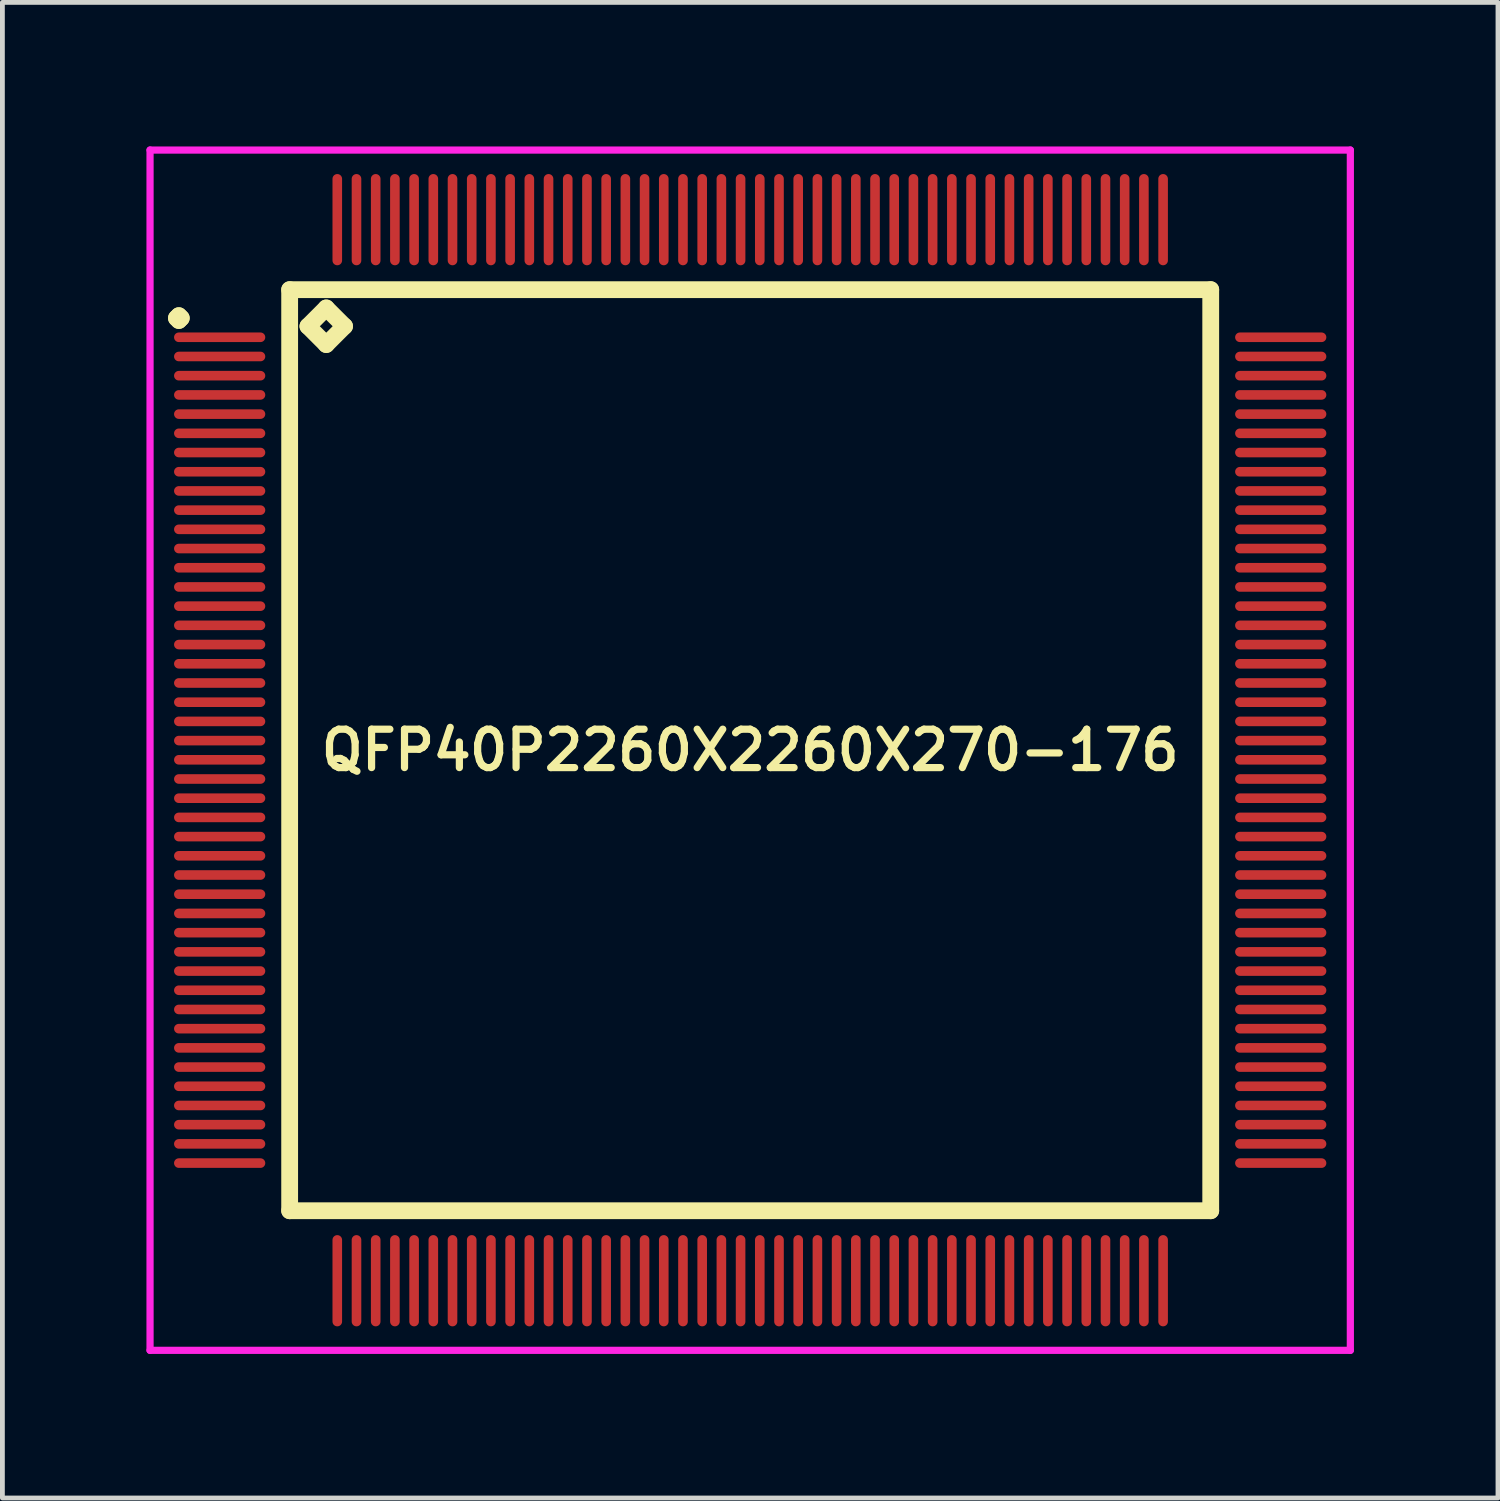
<source format=kicad_pcb>
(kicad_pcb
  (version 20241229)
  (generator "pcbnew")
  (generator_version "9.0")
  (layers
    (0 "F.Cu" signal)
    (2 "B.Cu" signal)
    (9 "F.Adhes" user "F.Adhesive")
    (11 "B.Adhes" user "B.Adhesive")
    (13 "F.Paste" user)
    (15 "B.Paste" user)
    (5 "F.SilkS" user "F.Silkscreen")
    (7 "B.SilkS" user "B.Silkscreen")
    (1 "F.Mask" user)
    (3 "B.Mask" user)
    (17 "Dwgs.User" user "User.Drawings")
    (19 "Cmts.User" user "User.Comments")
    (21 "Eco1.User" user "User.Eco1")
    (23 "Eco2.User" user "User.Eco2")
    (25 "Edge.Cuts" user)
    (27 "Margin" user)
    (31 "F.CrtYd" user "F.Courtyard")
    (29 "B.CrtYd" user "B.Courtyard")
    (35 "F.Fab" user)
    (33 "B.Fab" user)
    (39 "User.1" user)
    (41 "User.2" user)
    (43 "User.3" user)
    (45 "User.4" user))
  (footprint "QFP40P2260X2260X270-176"
    (layer "F.Cu")
    (at 12.575 12.575)
    (property "Reference" "QFP40P2260X2260X270-176" (at 0 0 0) (layer "F.SilkS") (effects (font (size 0.8 0.8) (thickness 0.15))))
    (attr smd)
    (fp_line (start -11.95 -9) (end -11.9 -9.05) (stroke (width 0.35) (type solid)) (layer "F.SilkS"))
    (fp_line (start -11.9 -9.05) (end -11.85 -9) (stroke (width 0.35) (type solid)) (layer "F.SilkS"))
    (fp_line (start -11.9 -8.95) (end -11.95 -9) (stroke (width 0.35) (type solid)) (layer "F.SilkS"))
    (fp_line (start -11.85 -9) (end -11.9 -8.95) (stroke (width 0.35) (type solid)) (layer "F.SilkS"))
    (fp_line (start -9.592 -9.592) (end -9.592 9.592) (stroke (width 0.35) (type solid)) (layer "F.SilkS"))
    (fp_line (start -9.592 9.592) (end 9.592 9.592) (stroke (width 0.35) (type solid)) (layer "F.SilkS"))
    (fp_line (start -9.211 -8.83) (end -8.83 -9.211) (stroke (width 0.35) (type solid)) (layer "F.SilkS"))
    (fp_line (start -8.83 -9.211) (end -8.449 -8.83) (stroke (width 0.35) (type solid)) (layer "F.SilkS"))
    (fp_line (start -8.83 -8.449) (end -9.211 -8.83) (stroke (width 0.35) (type solid)) (layer "F.SilkS"))
    (fp_line (start -8.449 -8.83) (end -8.83 -8.449) (stroke (width 0.35) (type solid)) (layer "F.SilkS"))
    (fp_line (start 9.592 -9.592) (end -9.592 -9.592) (stroke (width 0.35) (type solid)) (layer "F.SilkS"))
    (fp_line (start 9.592 9.592) (end 9.592 -9.592) (stroke (width 0.35) (type solid)) (layer "F.SilkS"))
    (fp_line (start -12.5 -12.5) (end 12.5 -12.5) (stroke (width 0.15) (type solid)) (layer "F.CrtYd"))
    (fp_line (start -12.5 12.5) (end -12.5 -12.5) (stroke (width 0.15) (type solid)) (layer "F.CrtYd"))
    (fp_line (start 12.5 -12.5) (end 12.5 12.5) (stroke (width 0.15) (type solid)) (layer "F.CrtYd"))
    (fp_line (start 12.5 12.5) (end -12.5 12.5) (stroke (width 0.15) (type solid)) (layer "F.CrtYd"))
    (pad "1" smd oval (at -11.05 -8.6) (size 1.9 0.2) (layers "F.Cu" "F.Mask" "F.Paste"))
    (pad "2" smd oval (at -11.05 -8.2) (size 1.9 0.2) (layers "F.Cu" "F.Mask" "F.Paste"))
    (pad "3" smd oval (at -11.05 -7.8) (size 1.9 0.2) (layers "F.Cu" "F.Mask" "F.Paste"))
    (pad "4" smd oval (at -11.05 -7.4) (size 1.9 0.2) (layers "F.Cu" "F.Mask" "F.Paste"))
    (pad "5" smd oval (at -11.05 -7) (size 1.9 0.2) (layers "F.Cu" "F.Mask" "F.Paste"))
    (pad "6" smd oval (at -11.05 -6.6) (size 1.9 0.2) (layers "F.Cu" "F.Mask" "F.Paste"))
    (pad "7" smd oval (at -11.05 -6.2) (size 1.9 0.2) (layers "F.Cu" "F.Mask" "F.Paste"))
    (pad "8" smd oval (at -11.05 -5.8) (size 1.9 0.2) (layers "F.Cu" "F.Mask" "F.Paste"))
    (pad "9" smd oval (at -11.05 -5.4) (size 1.9 0.2) (layers "F.Cu" "F.Mask" "F.Paste"))
    (pad "10" smd oval (at -11.05 -5) (size 1.9 0.2) (layers "F.Cu" "F.Mask" "F.Paste"))
    (pad "11" smd oval (at -11.05 -4.6) (size 1.9 0.2) (layers "F.Cu" "F.Mask" "F.Paste"))
    (pad "12" smd oval (at -11.05 -4.2) (size 1.9 0.2) (layers "F.Cu" "F.Mask" "F.Paste"))
    (pad "13" smd oval (at -11.05 -3.8) (size 1.9 0.2) (layers "F.Cu" "F.Mask" "F.Paste"))
    (pad "14" smd oval (at -11.05 -3.4) (size 1.9 0.2) (layers "F.Cu" "F.Mask" "F.Paste"))
    (pad "15" smd oval (at -11.05 -3) (size 1.9 0.2) (layers "F.Cu" "F.Mask" "F.Paste"))
    (pad "16" smd oval (at -11.05 -2.6) (size 1.9 0.2) (layers "F.Cu" "F.Mask" "F.Paste"))
    (pad "17" smd oval (at -11.05 -2.2) (size 1.9 0.2) (layers "F.Cu" "F.Mask" "F.Paste"))
    (pad "18" smd oval (at -11.05 -1.8) (size 1.9 0.2) (layers "F.Cu" "F.Mask" "F.Paste"))
    (pad "19" smd oval (at -11.05 -1.4) (size 1.9 0.2) (layers "F.Cu" "F.Mask" "F.Paste"))
    (pad "20" smd oval (at -11.05 -1) (size 1.9 0.2) (layers "F.Cu" "F.Mask" "F.Paste"))
    (pad "21" smd oval (at -11.05 -0.6) (size 1.9 0.2) (layers "F.Cu" "F.Mask" "F.Paste"))
    (pad "22" smd oval (at -11.05 -0.2) (size 1.9 0.2) (layers "F.Cu" "F.Mask" "F.Paste"))
    (pad "23" smd oval (at -11.05 0.2) (size 1.9 0.2) (layers "F.Cu" "F.Mask" "F.Paste"))
    (pad "24" smd oval (at -11.05 0.6) (size 1.9 0.2) (layers "F.Cu" "F.Mask" "F.Paste"))
    (pad "25" smd oval (at -11.05 1) (size 1.9 0.2) (layers "F.Cu" "F.Mask" "F.Paste"))
    (pad "26" smd oval (at -11.05 1.4) (size 1.9 0.2) (layers "F.Cu" "F.Mask" "F.Paste"))
    (pad "27" smd oval (at -11.05 1.8) (size 1.9 0.2) (layers "F.Cu" "F.Mask" "F.Paste"))
    (pad "28" smd oval (at -11.05 2.2) (size 1.9 0.2) (layers "F.Cu" "F.Mask" "F.Paste"))
    (pad "29" smd oval (at -11.05 2.6) (size 1.9 0.2) (layers "F.Cu" "F.Mask" "F.Paste"))
    (pad "30" smd oval (at -11.05 3) (size 1.9 0.2) (layers "F.Cu" "F.Mask" "F.Paste"))
    (pad "31" smd oval (at -11.05 3.4) (size 1.9 0.2) (layers "F.Cu" "F.Mask" "F.Paste"))
    (pad "32" smd oval (at -11.05 3.8) (size 1.9 0.2) (layers "F.Cu" "F.Mask" "F.Paste"))
    (pad "33" smd oval (at -11.05 4.2) (size 1.9 0.2) (layers "F.Cu" "F.Mask" "F.Paste"))
    (pad "34" smd oval (at -11.05 4.6) (size 1.9 0.2) (layers "F.Cu" "F.Mask" "F.Paste"))
    (pad "35" smd oval (at -11.05 5) (size 1.9 0.2) (layers "F.Cu" "F.Mask" "F.Paste"))
    (pad "36" smd oval (at -11.05 5.4) (size 1.9 0.2) (layers "F.Cu" "F.Mask" "F.Paste"))
    (pad "37" smd oval (at -11.05 5.8) (size 1.9 0.2) (layers "F.Cu" "F.Mask" "F.Paste"))
    (pad "38" smd oval (at -11.05 6.2) (size 1.9 0.2) (layers "F.Cu" "F.Mask" "F.Paste"))
    (pad "39" smd oval (at -11.05 6.6) (size 1.9 0.2) (layers "F.Cu" "F.Mask" "F.Paste"))
    (pad "40" smd oval (at -11.05 7) (size 1.9 0.2) (layers "F.Cu" "F.Mask" "F.Paste"))
    (pad "41" smd oval (at -11.05 7.4) (size 1.9 0.2) (layers "F.Cu" "F.Mask" "F.Paste"))
    (pad "42" smd oval (at -11.05 7.8) (size 1.9 0.2) (layers "F.Cu" "F.Mask" "F.Paste"))
    (pad "43" smd oval (at -11.05 8.2) (size 1.9 0.2) (layers "F.Cu" "F.Mask" "F.Paste"))
    (pad "44" smd oval (at -11.05 8.6) (size 1.9 0.2) (layers "F.Cu" "F.Mask" "F.Paste"))
    (pad "45" smd oval (at -8.6 11.05) (size 0.2 1.9) (layers "F.Cu" "F.Mask" "F.Paste"))
    (pad "46" smd oval (at -8.2 11.05) (size 0.2 1.9) (layers "F.Cu" "F.Mask" "F.Paste"))
    (pad "47" smd oval (at -7.8 11.05) (size 0.2 1.9) (layers "F.Cu" "F.Mask" "F.Paste"))
    (pad "48" smd oval (at -7.4 11.05) (size 0.2 1.9) (layers "F.Cu" "F.Mask" "F.Paste"))
    (pad "49" smd oval (at -7 11.05) (size 0.2 1.9) (layers "F.Cu" "F.Mask" "F.Paste"))
    (pad "50" smd oval (at -6.6 11.05) (size 0.2 1.9) (layers "F.Cu" "F.Mask" "F.Paste"))
    (pad "51" smd oval (at -6.2 11.05) (size 0.2 1.9) (layers "F.Cu" "F.Mask" "F.Paste"))
    (pad "52" smd oval (at -5.8 11.05) (size 0.2 1.9) (layers "F.Cu" "F.Mask" "F.Paste"))
    (pad "53" smd oval (at -5.4 11.05) (size 0.2 1.9) (layers "F.Cu" "F.Mask" "F.Paste"))
    (pad "54" smd oval (at -5 11.05) (size 0.2 1.9) (layers "F.Cu" "F.Mask" "F.Paste"))
    (pad "55" smd oval (at -4.6 11.05) (size 0.2 1.9) (layers "F.Cu" "F.Mask" "F.Paste"))
    (pad "56" smd oval (at -4.2 11.05) (size 0.2 1.9) (layers "F.Cu" "F.Mask" "F.Paste"))
    (pad "57" smd oval (at -3.8 11.05) (size 0.2 1.9) (layers "F.Cu" "F.Mask" "F.Paste"))
    (pad "58" smd oval (at -3.4 11.05) (size 0.2 1.9) (layers "F.Cu" "F.Mask" "F.Paste"))
    (pad "59" smd oval (at -3 11.05) (size 0.2 1.9) (layers "F.Cu" "F.Mask" "F.Paste"))
    (pad "60" smd oval (at -2.6 11.05) (size 0.2 1.9) (layers "F.Cu" "F.Mask" "F.Paste"))
    (pad "61" smd oval (at -2.2 11.05) (size 0.2 1.9) (layers "F.Cu" "F.Mask" "F.Paste"))
    (pad "62" smd oval (at -1.8 11.05) (size 0.2 1.9) (layers "F.Cu" "F.Mask" "F.Paste"))
    (pad "63" smd oval (at -1.4 11.05) (size 0.2 1.9) (layers "F.Cu" "F.Mask" "F.Paste"))
    (pad "64" smd oval (at -1 11.05) (size 0.2 1.9) (layers "F.Cu" "F.Mask" "F.Paste"))
    (pad "65" smd oval (at -0.6 11.05) (size 0.2 1.9) (layers "F.Cu" "F.Mask" "F.Paste"))
    (pad "66" smd oval (at -0.2 11.05) (size 0.2 1.9) (layers "F.Cu" "F.Mask" "F.Paste"))
    (pad "67" smd oval (at 0.2 11.05) (size 0.2 1.9) (layers "F.Cu" "F.Mask" "F.Paste"))
    (pad "68" smd oval (at 0.6 11.05) (size 0.2 1.9) (layers "F.Cu" "F.Mask" "F.Paste"))
    (pad "69" smd oval (at 1 11.05) (size 0.2 1.9) (layers "F.Cu" "F.Mask" "F.Paste"))
    (pad "70" smd oval (at 1.4 11.05) (size 0.2 1.9) (layers "F.Cu" "F.Mask" "F.Paste"))
    (pad "71" smd oval (at 1.8 11.05) (size 0.2 1.9) (layers "F.Cu" "F.Mask" "F.Paste"))
    (pad "72" smd oval (at 2.2 11.05) (size 0.2 1.9) (layers "F.Cu" "F.Mask" "F.Paste"))
    (pad "73" smd oval (at 2.6 11.05) (size 0.2 1.9) (layers "F.Cu" "F.Mask" "F.Paste"))
    (pad "74" smd oval (at 3 11.05) (size 0.2 1.9) (layers "F.Cu" "F.Mask" "F.Paste"))
    (pad "75" smd oval (at 3.4 11.05) (size 0.2 1.9) (layers "F.Cu" "F.Mask" "F.Paste"))
    (pad "76" smd oval (at 3.8 11.05) (size 0.2 1.9) (layers "F.Cu" "F.Mask" "F.Paste"))
    (pad "77" smd oval (at 4.2 11.05) (size 0.2 1.9) (layers "F.Cu" "F.Mask" "F.Paste"))
    (pad "78" smd oval (at 4.6 11.05) (size 0.2 1.9) (layers "F.Cu" "F.Mask" "F.Paste"))
    (pad "79" smd oval (at 5 11.05) (size 0.2 1.9) (layers "F.Cu" "F.Mask" "F.Paste"))
    (pad "80" smd oval (at 5.4 11.05) (size 0.2 1.9) (layers "F.Cu" "F.Mask" "F.Paste"))
    (pad "81" smd oval (at 5.8 11.05) (size 0.2 1.9) (layers "F.Cu" "F.Mask" "F.Paste"))
    (pad "82" smd oval (at 6.2 11.05) (size 0.2 1.9) (layers "F.Cu" "F.Mask" "F.Paste"))
    (pad "83" smd oval (at 6.6 11.05) (size 0.2 1.9) (layers "F.Cu" "F.Mask" "F.Paste"))
    (pad "84" smd oval (at 7 11.05) (size 0.2 1.9) (layers "F.Cu" "F.Mask" "F.Paste"))
    (pad "85" smd oval (at 7.4 11.05) (size 0.2 1.9) (layers "F.Cu" "F.Mask" "F.Paste"))
    (pad "86" smd oval (at 7.8 11.05) (size 0.2 1.9) (layers "F.Cu" "F.Mask" "F.Paste"))
    (pad "87" smd oval (at 8.2 11.05) (size 0.2 1.9) (layers "F.Cu" "F.Mask" "F.Paste"))
    (pad "88" smd oval (at 8.6 11.05) (size 0.2 1.9) (layers "F.Cu" "F.Mask" "F.Paste"))
    (pad "89" smd oval (at 11.05 8.6) (size 1.9 0.2) (layers "F.Cu" "F.Mask" "F.Paste"))
    (pad "90" smd oval (at 11.05 8.2) (size 1.9 0.2) (layers "F.Cu" "F.Mask" "F.Paste"))
    (pad "91" smd oval (at 11.05 7.8) (size 1.9 0.2) (layers "F.Cu" "F.Mask" "F.Paste"))
    (pad "92" smd oval (at 11.05 7.4) (size 1.9 0.2) (layers "F.Cu" "F.Mask" "F.Paste"))
    (pad "93" smd oval (at 11.05 7) (size 1.9 0.2) (layers "F.Cu" "F.Mask" "F.Paste"))
    (pad "94" smd oval (at 11.05 6.6) (size 1.9 0.2) (layers "F.Cu" "F.Mask" "F.Paste"))
    (pad "95" smd oval (at 11.05 6.2) (size 1.9 0.2) (layers "F.Cu" "F.Mask" "F.Paste"))
    (pad "96" smd oval (at 11.05 5.8) (size 1.9 0.2) (layers "F.Cu" "F.Mask" "F.Paste"))
    (pad "97" smd oval (at 11.05 5.4) (size 1.9 0.2) (layers "F.Cu" "F.Mask" "F.Paste"))
    (pad "98" smd oval (at 11.05 5) (size 1.9 0.2) (layers "F.Cu" "F.Mask" "F.Paste"))
    (pad "99" smd oval (at 11.05 4.6) (size 1.9 0.2) (layers "F.Cu" "F.Mask" "F.Paste"))
    (pad "100" smd oval (at 11.05 4.2) (size 1.9 0.2) (layers "F.Cu" "F.Mask" "F.Paste"))
    (pad "101" smd oval (at 11.05 3.8) (size 1.9 0.2) (layers "F.Cu" "F.Mask" "F.Paste"))
    (pad "102" smd oval (at 11.05 3.4) (size 1.9 0.2) (layers "F.Cu" "F.Mask" "F.Paste"))
    (pad "103" smd oval (at 11.05 3) (size 1.9 0.2) (layers "F.Cu" "F.Mask" "F.Paste"))
    (pad "104" smd oval (at 11.05 2.6) (size 1.9 0.2) (layers "F.Cu" "F.Mask" "F.Paste"))
    (pad "105" smd oval (at 11.05 2.2) (size 1.9 0.2) (layers "F.Cu" "F.Mask" "F.Paste"))
    (pad "106" smd oval (at 11.05 1.8) (size 1.9 0.2) (layers "F.Cu" "F.Mask" "F.Paste"))
    (pad "107" smd oval (at 11.05 1.4) (size 1.9 0.2) (layers "F.Cu" "F.Mask" "F.Paste"))
    (pad "108" smd oval (at 11.05 1) (size 1.9 0.2) (layers "F.Cu" "F.Mask" "F.Paste"))
    (pad "109" smd oval (at 11.05 0.6) (size 1.9 0.2) (layers "F.Cu" "F.Mask" "F.Paste"))
    (pad "110" smd oval (at 11.05 0.2) (size 1.9 0.2) (layers "F.Cu" "F.Mask" "F.Paste"))
    (pad "111" smd oval (at 11.05 -0.2) (size 1.9 0.2) (layers "F.Cu" "F.Mask" "F.Paste"))
    (pad "112" smd oval (at 11.05 -0.6) (size 1.9 0.2) (layers "F.Cu" "F.Mask" "F.Paste"))
    (pad "113" smd oval (at 11.05 -1) (size 1.9 0.2) (layers "F.Cu" "F.Mask" "F.Paste"))
    (pad "114" smd oval (at 11.05 -1.4) (size 1.9 0.2) (layers "F.Cu" "F.Mask" "F.Paste"))
    (pad "115" smd oval (at 11.05 -1.8) (size 1.9 0.2) (layers "F.Cu" "F.Mask" "F.Paste"))
    (pad "116" smd oval (at 11.05 -2.2) (size 1.9 0.2) (layers "F.Cu" "F.Mask" "F.Paste"))
    (pad "117" smd oval (at 11.05 -2.6) (size 1.9 0.2) (layers "F.Cu" "F.Mask" "F.Paste"))
    (pad "118" smd oval (at 11.05 -3) (size 1.9 0.2) (layers "F.Cu" "F.Mask" "F.Paste"))
    (pad "119" smd oval (at 11.05 -3.4) (size 1.9 0.2) (layers "F.Cu" "F.Mask" "F.Paste"))
    (pad "120" smd oval (at 11.05 -3.8) (size 1.9 0.2) (layers "F.Cu" "F.Mask" "F.Paste"))
    (pad "121" smd oval (at 11.05 -4.2) (size 1.9 0.2) (layers "F.Cu" "F.Mask" "F.Paste"))
    (pad "122" smd oval (at 11.05 -4.6) (size 1.9 0.2) (layers "F.Cu" "F.Mask" "F.Paste"))
    (pad "123" smd oval (at 11.05 -5) (size 1.9 0.2) (layers "F.Cu" "F.Mask" "F.Paste"))
    (pad "124" smd oval (at 11.05 -5.4) (size 1.9 0.2) (layers "F.Cu" "F.Mask" "F.Paste"))
    (pad "125" smd oval (at 11.05 -5.8) (size 1.9 0.2) (layers "F.Cu" "F.Mask" "F.Paste"))
    (pad "126" smd oval (at 11.05 -6.2) (size 1.9 0.2) (layers "F.Cu" "F.Mask" "F.Paste"))
    (pad "127" smd oval (at 11.05 -6.6) (size 1.9 0.2) (layers "F.Cu" "F.Mask" "F.Paste"))
    (pad "128" smd oval (at 11.05 -7) (size 1.9 0.2) (layers "F.Cu" "F.Mask" "F.Paste"))
    (pad "129" smd oval (at 11.05 -7.4) (size 1.9 0.2) (layers "F.Cu" "F.Mask" "F.Paste"))
    (pad "130" smd oval (at 11.05 -7.8) (size 1.9 0.2) (layers "F.Cu" "F.Mask" "F.Paste"))
    (pad "131" smd oval (at 11.05 -8.2) (size 1.9 0.2) (layers "F.Cu" "F.Mask" "F.Paste"))
    (pad "132" smd oval (at 11.05 -8.6) (size 1.9 0.2) (layers "F.Cu" "F.Mask" "F.Paste"))
    (pad "133" smd oval (at 8.6 -11.05) (size 0.2 1.9) (layers "F.Cu" "F.Mask" "F.Paste"))
    (pad "134" smd oval (at 8.2 -11.05) (size 0.2 1.9) (layers "F.Cu" "F.Mask" "F.Paste"))
    (pad "135" smd oval (at 7.8 -11.05) (size 0.2 1.9) (layers "F.Cu" "F.Mask" "F.Paste"))
    (pad "136" smd oval (at 7.4 -11.05) (size 0.2 1.9) (layers "F.Cu" "F.Mask" "F.Paste"))
    (pad "137" smd oval (at 7 -11.05) (size 0.2 1.9) (layers "F.Cu" "F.Mask" "F.Paste"))
    (pad "138" smd oval (at 6.6 -11.05) (size 0.2 1.9) (layers "F.Cu" "F.Mask" "F.Paste"))
    (pad "139" smd oval (at 6.2 -11.05) (size 0.2 1.9) (layers "F.Cu" "F.Mask" "F.Paste"))
    (pad "140" smd oval (at 5.8 -11.05) (size 0.2 1.9) (layers "F.Cu" "F.Mask" "F.Paste"))
    (pad "141" smd oval (at 5.4 -11.05) (size 0.2 1.9) (layers "F.Cu" "F.Mask" "F.Paste"))
    (pad "142" smd oval (at 5 -11.05) (size 0.2 1.9) (layers "F.Cu" "F.Mask" "F.Paste"))
    (pad "143" smd oval (at 4.6 -11.05) (size 0.2 1.9) (layers "F.Cu" "F.Mask" "F.Paste"))
    (pad "144" smd oval (at 4.2 -11.05) (size 0.2 1.9) (layers "F.Cu" "F.Mask" "F.Paste"))
    (pad "145" smd oval (at 3.8 -11.05) (size 0.2 1.9) (layers "F.Cu" "F.Mask" "F.Paste"))
    (pad "146" smd oval (at 3.4 -11.05) (size 0.2 1.9) (layers "F.Cu" "F.Mask" "F.Paste"))
    (pad "147" smd oval (at 3 -11.05) (size 0.2 1.9) (layers "F.Cu" "F.Mask" "F.Paste"))
    (pad "148" smd oval (at 2.6 -11.05) (size 0.2 1.9) (layers "F.Cu" "F.Mask" "F.Paste"))
    (pad "149" smd oval (at 2.2 -11.05) (size 0.2 1.9) (layers "F.Cu" "F.Mask" "F.Paste"))
    (pad "150" smd oval (at 1.8 -11.05) (size 0.2 1.9) (layers "F.Cu" "F.Mask" "F.Paste"))
    (pad "151" smd oval (at 1.4 -11.05) (size 0.2 1.9) (layers "F.Cu" "F.Mask" "F.Paste"))
    (pad "152" smd oval (at 1 -11.05) (size 0.2 1.9) (layers "F.Cu" "F.Mask" "F.Paste"))
    (pad "153" smd oval (at 0.6 -11.05) (size 0.2 1.9) (layers "F.Cu" "F.Mask" "F.Paste"))
    (pad "154" smd oval (at 0.2 -11.05) (size 0.2 1.9) (layers "F.Cu" "F.Mask" "F.Paste"))
    (pad "155" smd oval (at -0.2 -11.05) (size 0.2 1.9) (layers "F.Cu" "F.Mask" "F.Paste"))
    (pad "156" smd oval (at -0.6 -11.05) (size 0.2 1.9) (layers "F.Cu" "F.Mask" "F.Paste"))
    (pad "157" smd oval (at -1 -11.05) (size 0.2 1.9) (layers "F.Cu" "F.Mask" "F.Paste"))
    (pad "158" smd oval (at -1.4 -11.05) (size 0.2 1.9) (layers "F.Cu" "F.Mask" "F.Paste"))
    (pad "159" smd oval (at -1.8 -11.05) (size 0.2 1.9) (layers "F.Cu" "F.Mask" "F.Paste"))
    (pad "160" smd oval (at -2.2 -11.05) (size 0.2 1.9) (layers "F.Cu" "F.Mask" "F.Paste"))
    (pad "161" smd oval (at -2.6 -11.05) (size 0.2 1.9) (layers "F.Cu" "F.Mask" "F.Paste"))
    (pad "162" smd oval (at -3 -11.05) (size 0.2 1.9) (layers "F.Cu" "F.Mask" "F.Paste"))
    (pad "163" smd oval (at -3.4 -11.05) (size 0.2 1.9) (layers "F.Cu" "F.Mask" "F.Paste"))
    (pad "164" smd oval (at -3.8 -11.05) (size 0.2 1.9) (layers "F.Cu" "F.Mask" "F.Paste"))
    (pad "165" smd oval (at -4.2 -11.05) (size 0.2 1.9) (layers "F.Cu" "F.Mask" "F.Paste"))
    (pad "166" smd oval (at -4.6 -11.05) (size 0.2 1.9) (layers "F.Cu" "F.Mask" "F.Paste"))
    (pad "167" smd oval (at -5 -11.05) (size 0.2 1.9) (layers "F.Cu" "F.Mask" "F.Paste"))
    (pad "168" smd oval (at -5.4 -11.05) (size 0.2 1.9) (layers "F.Cu" "F.Mask" "F.Paste"))
    (pad "169" smd oval (at -5.8 -11.05) (size 0.2 1.9) (layers "F.Cu" "F.Mask" "F.Paste"))
    (pad "170" smd oval (at -6.2 -11.05) (size 0.2 1.9) (layers "F.Cu" "F.Mask" "F.Paste"))
    (pad "171" smd oval (at -6.6 -11.05) (size 0.2 1.9) (layers "F.Cu" "F.Mask" "F.Paste"))
    (pad "172" smd oval (at -7 -11.05) (size 0.2 1.9) (layers "F.Cu" "F.Mask" "F.Paste"))
    (pad "173" smd oval (at -7.4 -11.05) (size 0.2 1.9) (layers "F.Cu" "F.Mask" "F.Paste"))
    (pad "174" smd oval (at -7.8 -11.05) (size 0.2 1.9) (layers "F.Cu" "F.Mask" "F.Paste"))
    (pad "175" smd oval (at -8.2 -11.05) (size 0.2 1.9) (layers "F.Cu" "F.Mask" "F.Paste"))
    (pad "176" smd oval (at -8.6 -11.05) (size 0.2 1.9) (layers "F.Cu" "F.Mask" "F.Paste")))
  (gr_rect
    (start -3 -3)
    (end 28.15 28.15)
    (stroke (width 0.1) (type default))
    (fill no)
    (layer "Edge.Cuts")))
</source>
